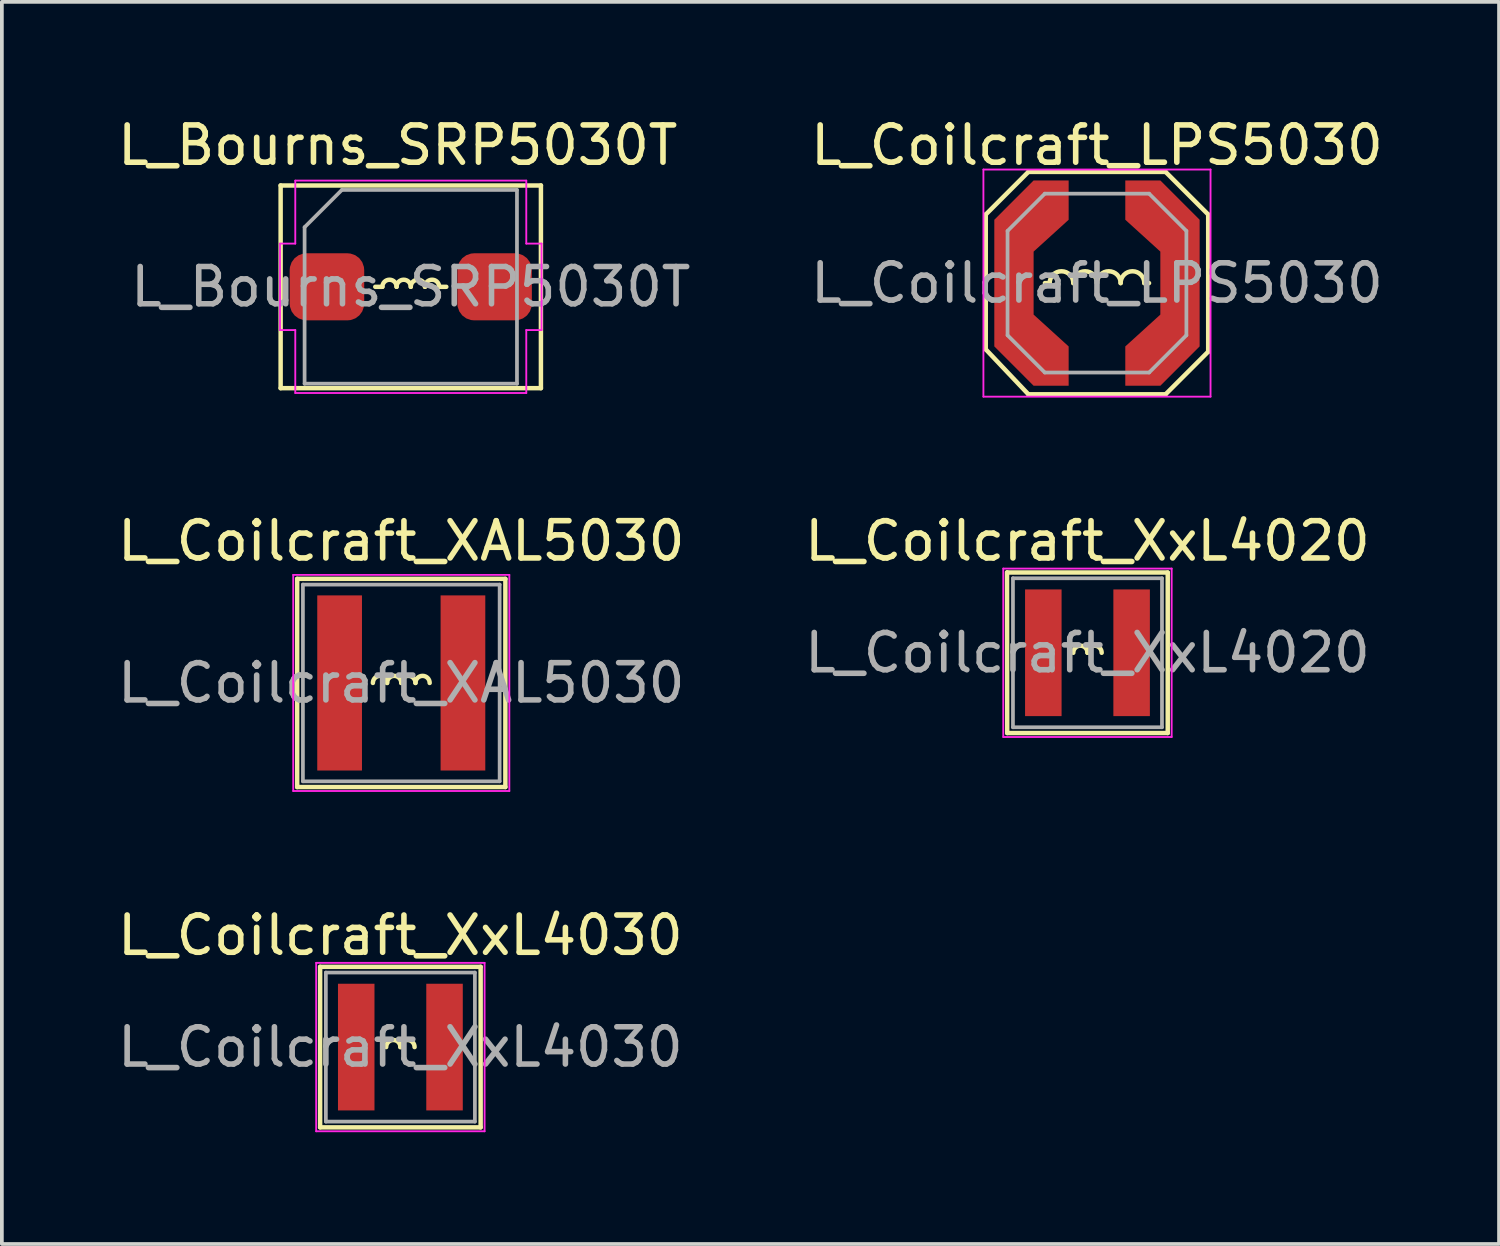
<source format=kicad_pcb>
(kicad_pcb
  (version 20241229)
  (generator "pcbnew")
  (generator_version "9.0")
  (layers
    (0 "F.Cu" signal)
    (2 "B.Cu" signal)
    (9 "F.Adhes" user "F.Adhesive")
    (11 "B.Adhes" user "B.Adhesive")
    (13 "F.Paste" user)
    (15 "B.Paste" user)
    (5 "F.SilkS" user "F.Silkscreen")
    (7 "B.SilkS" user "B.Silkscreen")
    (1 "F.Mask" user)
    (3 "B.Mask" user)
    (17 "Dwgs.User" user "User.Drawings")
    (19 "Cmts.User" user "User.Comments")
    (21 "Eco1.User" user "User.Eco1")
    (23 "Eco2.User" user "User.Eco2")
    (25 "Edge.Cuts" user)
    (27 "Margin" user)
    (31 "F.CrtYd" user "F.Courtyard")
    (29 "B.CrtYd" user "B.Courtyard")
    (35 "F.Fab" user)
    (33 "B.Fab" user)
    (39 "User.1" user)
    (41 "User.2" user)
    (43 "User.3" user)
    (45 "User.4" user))
  (footprint "L_Bourns_SRP5030T"
    (layer "F.Cu")
    (at 7.975 4.648)
    (property "Reference" "L_Bourns_SRP5030T" (at -0.35 -3.8 0) (layer "F.SilkS") (effects (font (size 1 1) (thickness 0.15))))
    (attr smd)
    (fp_line (start -3.493 -2.72) (end 3.493 -2.72) (stroke (width 0.12) (type solid)) (layer "F.SilkS"))
    (fp_line (start -3.493 2.72) (end -3.493 -2.72) (stroke (width 0.12) (type solid)) (layer "F.SilkS"))
    (fp_line (start -3.493 2.72) (end 3.493 2.72) (stroke (width 0.12) (type solid)) (layer "F.SilkS"))
    (fp_line (start -0.953 0) (end -0.762 0) (stroke (width 0.12) (type solid)) (layer "F.SilkS"))
    (fp_line (start 0.762 0) (end 0.953 0) (stroke (width 0.12) (type solid)) (layer "F.SilkS"))
    (fp_line (start 3.493 -2.72) (end 3.493 2.72) (stroke (width 0.12) (type solid)) (layer "F.SilkS"))
    (fp_arc (start -0.762 0) (mid -0.5715 -0.1905) (end -0.381 0) (stroke (width 0.12) (type solid)) (layer "F.SilkS"))
    (fp_arc (start -0.381 0) (mid -0.1905 -0.1905) (end 0 0) (stroke (width 0.12) (type solid)) (layer "F.SilkS"))
    (fp_arc (start 0 0) (mid 0.1905 -0.1905) (end 0.381 0) (stroke (width 0.12) (type solid)) (layer "F.SilkS"))
    (fp_arc (start 0.381 0) (mid 0.5715 -0.1905) (end 0.762 0) (stroke (width 0.12) (type solid)) (layer "F.SilkS"))
    (fp_line (start -3.51 -1.16) (end -3.51 1.16) (stroke (width 0.05) (type solid)) (layer "F.CrtYd"))
    (fp_line (start -3.51 1.16) (end -3.1 1.16) (stroke (width 0.05) (type solid)) (layer "F.CrtYd"))
    (fp_line (start -3.1 -2.85) (end -3.1 -1.16) (stroke (width 0.05) (type solid)) (layer "F.CrtYd"))
    (fp_line (start -3.1 -2.85) (end 3.1 -2.85) (stroke (width 0.05) (type solid)) (layer "F.CrtYd"))
    (fp_line (start -3.1 -1.16) (end -3.51 -1.16) (stroke (width 0.05) (type solid)) (layer "F.CrtYd"))
    (fp_line (start -3.1 1.16) (end -3.1 2.85) (stroke (width 0.05) (type solid)) (layer "F.CrtYd"))
    (fp_line (start -3.1 2.85) (end 3.1 2.85) (stroke (width 0.05) (type solid)) (layer "F.CrtYd"))
    (fp_line (start 3.1 -2.85) (end 3.1 -1.16) (stroke (width 0.05) (type solid)) (layer "F.CrtYd"))
    (fp_line (start 3.1 -1.16) (end 3.51 -1.16) (stroke (width 0.05) (type solid)) (layer "F.CrtYd"))
    (fp_line (start 3.1 1.16) (end 3.1 2.85) (stroke (width 0.05) (type solid)) (layer "F.CrtYd"))
    (fp_line (start 3.51 -1.16) (end 3.51 1.16) (stroke (width 0.05) (type solid)) (layer "F.CrtYd"))
    (fp_line (start 3.51 1.16) (end 3.1 1.16) (stroke (width 0.05) (type solid)) (layer "F.CrtYd"))
    (fp_line (start -2.85 -1.6) (end -1.85 -2.6) (stroke (width 0.1) (type solid)) (layer "F.Fab"))
    (fp_line (start -2.85 2.6) (end -2.85 -1.6) (stroke (width 0.1) (type solid)) (layer "F.Fab"))
    (fp_line (start -1.85 -2.6) (end 2.85 -2.6) (stroke (width 0.1) (type solid)) (layer "F.Fab"))
    (fp_line (start 2.85 -2.6) (end 2.85 2.6) (stroke (width 0.1) (type solid)) (layer "F.Fab"))
    (fp_line (start 2.85 2.6) (end -2.85 2.6) (stroke (width 0.1) (type solid)) (layer "F.Fab"))
    (fp_text user "${REFERENCE}" (at 0 0 0) (layer "F.Fab") (effects (font (size 1 1) (thickness 0.15))))
    (pad "1" smd roundrect (at -2.25 0) (size 2 1.8) (layers "F.Cu" "F.Mask" "F.Paste") (roundrect_rratio 0.25))
    (pad "2" smd roundrect (at 2.25 0) (size 2 1.8) (layers "F.Cu" "F.Mask" "F.Paste") (roundrect_rratio 0.25)))
  (footprint "L_Coilcraft_XAL5030"
    (layer "F.Cu")
    (at 7.72 15.28)
    (property "Reference" "L_Coilcraft_XAL5030" (at 0 -3.81 0) (layer "F.SilkS") (effects (font (size 1 1) (thickness 0.15))))
    (attr smd)
    (fp_line (start -2.794 -2.794) (end -2.794 2.794) (stroke (width 0.12) (type solid)) (layer "F.SilkS"))
    (fp_line (start -2.794 -2.794) (end 2.794 -2.794) (stroke (width 0.12) (type solid)) (layer "F.SilkS"))
    (fp_line (start 2.794 2.794) (end -2.794 2.794) (stroke (width 0.12) (type solid)) (layer "F.SilkS"))
    (fp_line (start 2.794 2.794) (end 2.794 -2.794) (stroke (width 0.12) (type solid)) (layer "F.SilkS"))
    (fp_arc (start -0.762 0) (mid -0.5715 -0.1905) (end -0.381 0) (stroke (width 0.12) (type solid)) (layer "F.SilkS"))
    (fp_arc (start -0.381 0) (mid -0.1905 -0.1905) (end 0 0) (stroke (width 0.12) (type solid)) (layer "F.SilkS"))
    (fp_arc (start 0 0) (mid 0.1905 -0.1905) (end 0.381 0) (stroke (width 0.12) (type solid)) (layer "F.SilkS"))
    (fp_arc (start 0.381 0) (mid 0.5715 -0.1905) (end 0.762 0) (stroke (width 0.12) (type solid)) (layer "F.SilkS"))
    (fp_line (start -2.9 -2.9) (end 2.9 -2.9) (stroke (width 0.05) (type solid)) (layer "F.CrtYd"))
    (fp_line (start -2.9 2.9) (end -2.9 -2.9) (stroke (width 0.05) (type solid)) (layer "F.CrtYd"))
    (fp_line (start 2.9 -2.9) (end 2.9 2.9) (stroke (width 0.05) (type solid)) (layer "F.CrtYd"))
    (fp_line (start 2.9 2.9) (end -2.9 2.9) (stroke (width 0.05) (type solid)) (layer "F.CrtYd"))
    (fp_line (start -2.64 -2.64) (end 2.64 -2.64) (stroke (width 0.1) (type solid)) (layer "F.Fab"))
    (fp_line (start -2.64 2.64) (end -2.64 -2.64) (stroke (width 0.1) (type solid)) (layer "F.Fab"))
    (fp_line (start 2.64 -2.64) (end 2.64 2.64) (stroke (width 0.1) (type solid)) (layer "F.Fab"))
    (fp_line (start 2.64 2.64) (end -2.64 2.64) (stroke (width 0.1) (type solid)) (layer "F.Fab"))
    (fp_text user "${REFERENCE}" (at 0 0 0) (layer "F.Fab") (effects (font (size 1 1) (thickness 0.15))))
    (pad "1" smd rect (at -1.655 0) (size 1.2 4.7) (layers "F.Cu" "F.Mask" "F.Paste"))
    (pad "2" smd rect (at 1.655 0) (size 1.2 4.7) (layers "F.Cu" "F.Mask" "F.Paste")))
  (footprint "L_Coilcraft_LPS5030"
    (layer "F.Cu")
    (at 26.392 4.548)
    (property "Reference" "L_Coilcraft_LPS5030" (at 0 -3.7 0) (layer "F.SilkS") (effects (font (size 1 1) (thickness 0.15))))
    (attr smd)
    (fp_line (start -2.985 -1.841) (end -1.841 -2.985) (stroke (width 0.12) (type solid)) (layer "F.SilkS"))
    (fp_line (start -2.985 -1.778) (end -2.985 -1.841) (stroke (width 0.12) (type solid)) (layer "F.SilkS"))
    (fp_line (start -2.985 1.778) (end -2.985 -1.778) (stroke (width 0.12) (type solid)) (layer "F.SilkS"))
    (fp_line (start -1.841 -2.985) (end 1.841 -2.985) (stroke (width 0.12) (type solid)) (layer "F.SilkS"))
    (fp_line (start -1.841 2.985) (end -2.985 1.778) (stroke (width 0.12) (type solid)) (layer "F.SilkS"))
    (fp_line (start -1.27 0) (end -1.397 0) (stroke (width 0.12) (type solid)) (layer "F.SilkS"))
    (fp_line (start 1.27 0) (end 1.397 0) (stroke (width 0.12) (type solid)) (layer "F.SilkS"))
    (fp_line (start 1.841 -2.985) (end 2.985 -1.841) (stroke (width 0.12) (type solid)) (layer "F.SilkS"))
    (fp_line (start 1.841 2.985) (end -1.841 2.985) (stroke (width 0.12) (type solid)) (layer "F.SilkS"))
    (fp_line (start 2.985 -1.841) (end 2.985 1.841) (stroke (width 0.12) (type solid)) (layer "F.SilkS"))
    (fp_line (start 2.985 1.841) (end 1.841 2.985) (stroke (width 0.12) (type solid)) (layer "F.SilkS"))
    (fp_arc (start -1.27 0) (mid -0.9525 -0.3175) (end -0.635 0) (stroke (width 0.12) (type solid)) (layer "F.SilkS"))
    (fp_arc (start -0.635 0) (mid -0.3175 -0.3175) (end 0 0) (stroke (width 0.12) (type solid)) (layer "F.SilkS"))
    (fp_arc (start 0 0) (mid 0.3175 -0.3175) (end 0.635 0) (stroke (width 0.12) (type solid)) (layer "F.SilkS"))
    (fp_arc (start 0.635 0) (mid 0.9525 -0.3175) (end 1.27 0) (stroke (width 0.12) (type solid)) (layer "F.SilkS"))
    (fp_line (start -3.048 -3.048) (end 3.048 -3.048) (stroke (width 0.05) (type solid)) (layer "F.CrtYd"))
    (fp_line (start -3.048 3.048) (end -3.048 -3.048) (stroke (width 0.05) (type solid)) (layer "F.CrtYd"))
    (fp_line (start 3.048 -3.048) (end 3.048 3.048) (stroke (width 0.05) (type solid)) (layer "F.CrtYd"))
    (fp_line (start 3.048 3.048) (end -3.048 3.048) (stroke (width 0.05) (type solid)) (layer "F.CrtYd"))
    (fp_line (start -2.4 -1.4) (end -1.4 -2.4) (stroke (width 0.1) (type solid)) (layer "F.Fab"))
    (fp_line (start -2.4 1.4) (end -2.4 -1.4) (stroke (width 0.1) (type solid)) (layer "F.Fab"))
    (fp_line (start -2.4 1.4) (end -1.4 2.4) (stroke (width 0.1) (type solid)) (layer "F.Fab"))
    (fp_line (start -1.4 -2.4) (end 1.4 -2.4) (stroke (width 0.1) (type solid)) (layer "F.Fab"))
    (fp_line (start 1.4 -2.4) (end 2.4 -1.4) (stroke (width 0.1) (type solid)) (layer "F.Fab"))
    (fp_line (start 1.4 2.4) (end -1.4 2.4) (stroke (width 0.1) (type solid)) (layer "F.Fab"))
    (fp_line (start 2.4 -1.4) (end 2.4 1.4) (stroke (width 0.1) (type solid)) (layer "F.Fab"))
    (fp_line (start 2.4 1.4) (end 1.4 2.4) (stroke (width 0.1) (type solid)) (layer "F.Fab"))
    (fp_text user "${REFERENCE}" (at 0 0 0) (layer "F.Fab") (effects (font (size 1 1) (thickness 0.15))))
    (pad "1" smd custom (at -2.228 0) (size 1.055 3.4) (layers "F.Cu" "F.Mask" "F.Paste") (options (anchor rect)) (primitives (gr_poly (pts (xy 1.468 -1.7) (xy 0.527 -0.845) (xy 0.527 0.845) (xy 1.468 1.7) (xy 1.468 2.755) (xy 0.527 2.755) (xy -0.527 1.7) (xy -0.527 -1.7) (xy 0.527 -2.755) (xy 1.468 -2.755)) (width 0) (fill yes))))
    (pad "2" smd custom (at 2.228 0) (size 1.055 3.4) (layers "F.Cu" "F.Mask" "F.Paste") (options (anchor rect)) (primitives (gr_poly (pts (xy -1.468 -1.7) (xy -0.527 -0.845) (xy -0.527 0.845) (xy -1.468 1.7) (xy -1.468 2.755) (xy -0.527 2.755) (xy 0.527 1.7) (xy 0.527 -1.7) (xy -0.527 -2.755) (xy -1.468 -2.755)) (width 0) (fill yes)))))
  (footprint "L_Coilcraft_XxL4020"
    (layer "F.Cu")
    (at 26.137 14.47)
    (property "Reference" "L_Coilcraft_XxL4020" (at 0 -3 0) (layer "F.SilkS") (effects (font (size 1 1) (thickness 0.15))))
    (attr smd)
    (fp_line (start -2.159 -2.159) (end -2.154 2.154) (stroke (width 0.12) (type solid)) (layer "F.SilkS"))
    (fp_line (start -2.154 -2.154) (end 2.154 -2.154) (stroke (width 0.12) (type solid)) (layer "F.SilkS"))
    (fp_line (start 2.154 2.154) (end -2.154 2.154) (stroke (width 0.12) (type solid)) (layer "F.SilkS"))
    (fp_line (start 2.154 2.154) (end 2.154 -2.154) (stroke (width 0.12) (type solid)) (layer "F.SilkS"))
    (fp_arc (start -0.381 0) (mid -0.1905 -0.1905) (end 0 0) (stroke (width 0.12) (type solid)) (layer "F.SilkS"))
    (fp_arc (start 0 0) (mid 0.1905 -0.1905) (end 0.381 0) (stroke (width 0.12) (type solid)) (layer "F.SilkS"))
    (fp_line (start -2.26 -2.26) (end 2.26 -2.26) (stroke (width 0.05) (type solid)) (layer "F.CrtYd"))
    (fp_line (start -2.26 2.26) (end -2.26 -2.26) (stroke (width 0.05) (type solid)) (layer "F.CrtYd"))
    (fp_line (start 2.26 -2.26) (end 2.26 2.26) (stroke (width 0.05) (type solid)) (layer "F.CrtYd"))
    (fp_line (start 2.26 2.26) (end -2.26 2.26) (stroke (width 0.05) (type solid)) (layer "F.CrtYd"))
    (fp_line (start -2 -2) (end 2 -2) (stroke (width 0.1) (type solid)) (layer "F.Fab"))
    (fp_line (start -2 2) (end -2 -2) (stroke (width 0.1) (type solid)) (layer "F.Fab"))
    (fp_line (start 2 -2) (end 2 2) (stroke (width 0.1) (type solid)) (layer "F.Fab"))
    (fp_line (start 2 2) (end -2 2) (stroke (width 0.1) (type solid)) (layer "F.Fab"))
    (fp_text user "${REFERENCE}" (at 0 0 0) (layer "F.Fab") (effects (font (size 1 1) (thickness 0.15))))
    (pad "1" smd rect (at -1.185 0) (size 0.98 3.4) (layers "F.Cu" "F.Mask" "F.Paste"))
    (pad "2" smd rect (at 1.185 0) (size 0.98 3.4) (layers "F.Cu" "F.Mask" "F.Paste")))
  (footprint "L_Coilcraft_XxL4030"
    (layer "F.Cu")
    (at 7.696 25.053)
    (property "Reference" "L_Coilcraft_XxL4030" (at 0 -3 0) (layer "F.SilkS") (effects (font (size 1 1) (thickness 0.15))))
    (attr smd)
    (fp_line (start -2.154 -2.154) (end -2.154 2.154) (stroke (width 0.12) (type solid)) (layer "F.SilkS"))
    (fp_line (start -2.154 -2.154) (end 2.154 -2.154) (stroke (width 0.12) (type solid)) (layer "F.SilkS"))
    (fp_line (start 2.154 2.154) (end -2.154 2.154) (stroke (width 0.12) (type solid)) (layer "F.SilkS"))
    (fp_line (start 2.154 2.154) (end 2.154 -2.154) (stroke (width 0.12) (type solid)) (layer "F.SilkS"))
    (fp_arc (start -0.381 0) (mid -0.1905 -0.1905) (end 0 0) (stroke (width 0.12) (type solid)) (layer "F.SilkS"))
    (fp_arc (start 0 0) (mid 0.1905 -0.1905) (end 0.381 0) (stroke (width 0.12) (type solid)) (layer "F.SilkS"))
    (fp_line (start -2.26 -2.26) (end 2.26 -2.26) (stroke (width 0.05) (type solid)) (layer "F.CrtYd"))
    (fp_line (start -2.26 2.26) (end -2.26 -2.26) (stroke (width 0.05) (type solid)) (layer "F.CrtYd"))
    (fp_line (start 2.26 -2.26) (end 2.26 2.26) (stroke (width 0.05) (type solid)) (layer "F.CrtYd"))
    (fp_line (start 2.26 2.26) (end -2.26 2.26) (stroke (width 0.05) (type solid)) (layer "F.CrtYd"))
    (fp_line (start -2 -2) (end 2 -2) (stroke (width 0.1) (type solid)) (layer "F.Fab"))
    (fp_line (start -2 2) (end -2 -2) (stroke (width 0.1) (type solid)) (layer "F.Fab"))
    (fp_line (start 2 -2) (end 2 2) (stroke (width 0.1) (type solid)) (layer "F.Fab"))
    (fp_line (start 2 2) (end -2 2) (stroke (width 0.1) (type solid)) (layer "F.Fab"))
    (fp_text user "${REFERENCE}" (at 0 0 0) (layer "F.Fab") (effects (font (size 1 1) (thickness 0.15))))
    (pad "1" smd rect (at -1.185 0) (size 0.98 3.4) (layers "F.Cu" "F.Mask" "F.Paste"))
    (pad "2" smd rect (at 1.185 0) (size 0.98 3.4) (layers "F.Cu" "F.Mask" "F.Paste")))
  (gr_rect
    (start -3 -3)
    (end 37.183 30.338)
    (stroke (width 0.1) (type default))
    (fill no)
    (layer "Edge.Cuts")))
</source>
